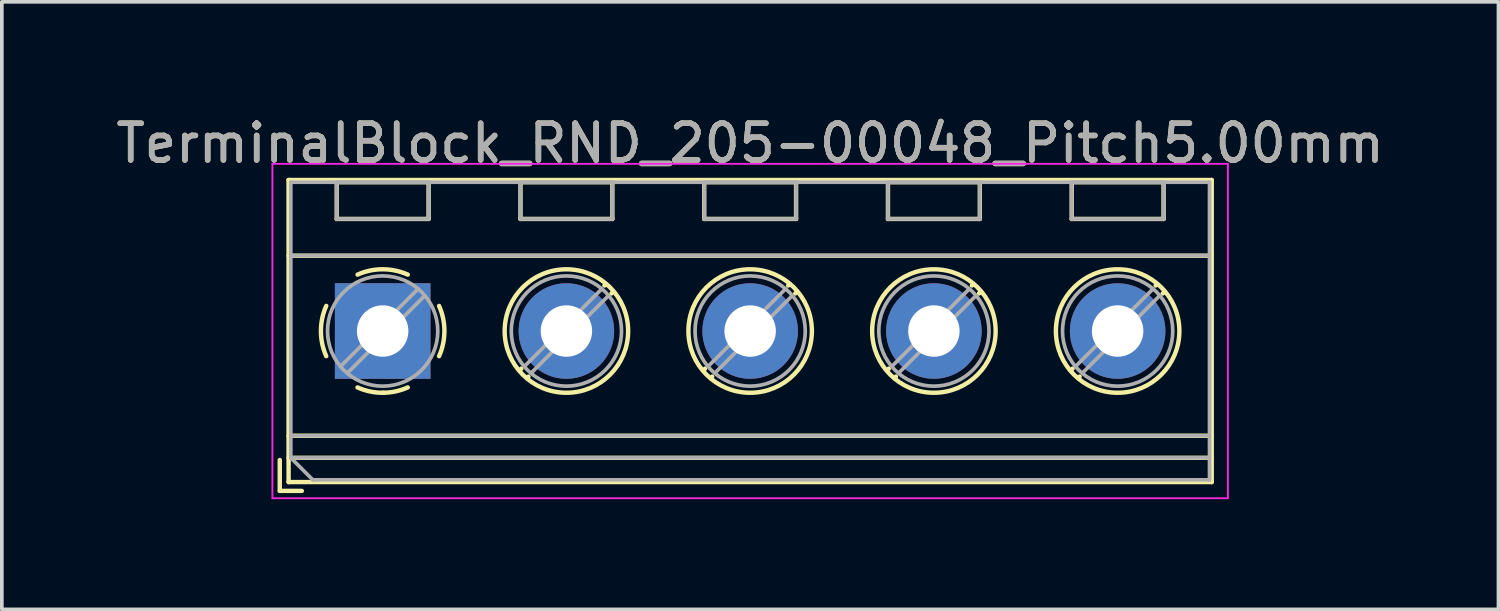
<source format=kicad_pcb>
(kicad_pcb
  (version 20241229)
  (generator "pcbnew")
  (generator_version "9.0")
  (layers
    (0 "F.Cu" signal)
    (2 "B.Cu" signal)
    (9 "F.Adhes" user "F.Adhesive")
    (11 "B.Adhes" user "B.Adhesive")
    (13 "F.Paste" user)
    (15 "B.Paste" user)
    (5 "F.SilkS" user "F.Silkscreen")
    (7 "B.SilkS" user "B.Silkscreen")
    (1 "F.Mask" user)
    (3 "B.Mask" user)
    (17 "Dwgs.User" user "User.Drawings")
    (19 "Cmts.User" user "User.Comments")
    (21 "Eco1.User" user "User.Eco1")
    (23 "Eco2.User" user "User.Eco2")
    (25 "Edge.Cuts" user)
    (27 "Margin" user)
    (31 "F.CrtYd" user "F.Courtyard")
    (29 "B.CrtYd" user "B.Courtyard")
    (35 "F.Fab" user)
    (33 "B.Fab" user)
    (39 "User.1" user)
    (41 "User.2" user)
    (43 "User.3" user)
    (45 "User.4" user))
  (footprint "TerminalBlock_RND_205-00048_Pitch5.00mm"
    (layer "F.Cu")
    (at 7.363 5.958)
    (property "Reference" "TerminalBlock_RND_205-00048_Pitch5.00mm" (at 10 -5.11 0) (layer "F.SilkS") (effects (font (size 1 1) (thickness 0.15))))
    (attr through_hole)
    (fp_line (start -2.8 3.51) (end -2.8 4.35) (stroke (width 0.12) (type solid)) (layer "F.SilkS"))
    (fp_line (start -2.8 4.35) (end -2.2 4.35) (stroke (width 0.12) (type solid)) (layer "F.SilkS"))
    (fp_line (start -2.56 -4.11) (end -2.56 4.11) (stroke (width 0.12) (type solid)) (layer "F.SilkS"))
    (fp_line (start -2.56 -2.05) (end 22.56 -2.05) (stroke (width 0.12) (type solid)) (layer "F.SilkS"))
    (fp_line (start -2.56 2.85) (end 22.56 2.85) (stroke (width 0.12) (type solid)) (layer "F.SilkS"))
    (fp_line (start -2.56 3.45) (end 22.56 3.45) (stroke (width 0.12) (type solid)) (layer "F.SilkS"))
    (fp_line (start -2.56 4.11) (end 22.56 4.11) (stroke (width 0.12) (type solid)) (layer "F.SilkS"))
    (fp_line (start -1.25 -4.05) (end -1.25 -3.05) (stroke (width 0.12) (type solid)) (layer "F.SilkS"))
    (fp_line (start -1.25 -4.05) (end 1.25 -4.05) (stroke (width 0.12) (type solid)) (layer "F.SilkS"))
    (fp_line (start -1.25 -3.05) (end 1.25 -3.05) (stroke (width 0.12) (type solid)) (layer "F.SilkS"))
    (fp_line (start 1.25 -4.05) (end 1.25 -3.05) (stroke (width 0.12) (type solid)) (layer "F.SilkS"))
    (fp_line (start 3.75 -4.05) (end 3.75 -3.05) (stroke (width 0.12) (type solid)) (layer "F.SilkS"))
    (fp_line (start 3.75 -4.05) (end 6.25 -4.05) (stroke (width 0.12) (type solid)) (layer "F.SilkS"))
    (fp_line (start 3.75 -3.05) (end 6.25 -3.05) (stroke (width 0.12) (type solid)) (layer "F.SilkS"))
    (fp_line (start 3.773 1.023) (end 3.726 1.069) (stroke (width 0.12) (type solid)) (layer "F.SilkS"))
    (fp_line (start 3.966 1.239) (end 3.931 1.274) (stroke (width 0.12) (type solid)) (layer "F.SilkS"))
    (fp_line (start 6.07 -1.275) (end 6.035 -1.239) (stroke (width 0.12) (type solid)) (layer "F.SilkS"))
    (fp_line (start 6.25 -4.05) (end 6.25 -3.05) (stroke (width 0.12) (type solid)) (layer "F.SilkS"))
    (fp_line (start 6.275 -1.069) (end 6.228 -1.023) (stroke (width 0.12) (type solid)) (layer "F.SilkS"))
    (fp_line (start 8.75 -4.05) (end 8.75 -3.05) (stroke (width 0.12) (type solid)) (layer "F.SilkS"))
    (fp_line (start 8.75 -4.05) (end 11.25 -4.05) (stroke (width 0.12) (type solid)) (layer "F.SilkS"))
    (fp_line (start 8.75 -3.05) (end 11.25 -3.05) (stroke (width 0.12) (type solid)) (layer "F.SilkS"))
    (fp_line (start 8.773 1.023) (end 8.726 1.069) (stroke (width 0.12) (type solid)) (layer "F.SilkS"))
    (fp_line (start 8.966 1.239) (end 8.931 1.274) (stroke (width 0.12) (type solid)) (layer "F.SilkS"))
    (fp_line (start 11.07 -1.275) (end 11.035 -1.239) (stroke (width 0.12) (type solid)) (layer "F.SilkS"))
    (fp_line (start 11.25 -4.05) (end 11.25 -3.05) (stroke (width 0.12) (type solid)) (layer "F.SilkS"))
    (fp_line (start 11.275 -1.069) (end 11.228 -1.023) (stroke (width 0.12) (type solid)) (layer "F.SilkS"))
    (fp_line (start 13.75 -4.05) (end 13.75 -3.05) (stroke (width 0.12) (type solid)) (layer "F.SilkS"))
    (fp_line (start 13.75 -4.05) (end 16.25 -4.05) (stroke (width 0.12) (type solid)) (layer "F.SilkS"))
    (fp_line (start 13.75 -3.05) (end 16.25 -3.05) (stroke (width 0.12) (type solid)) (layer "F.SilkS"))
    (fp_line (start 13.773 1.023) (end 13.726 1.069) (stroke (width 0.12) (type solid)) (layer "F.SilkS"))
    (fp_line (start 13.966 1.239) (end 13.931 1.274) (stroke (width 0.12) (type solid)) (layer "F.SilkS"))
    (fp_line (start 16.07 -1.275) (end 16.035 -1.239) (stroke (width 0.12) (type solid)) (layer "F.SilkS"))
    (fp_line (start 16.25 -4.05) (end 16.25 -3.05) (stroke (width 0.12) (type solid)) (layer "F.SilkS"))
    (fp_line (start 16.275 -1.069) (end 16.228 -1.023) (stroke (width 0.12) (type solid)) (layer "F.SilkS"))
    (fp_line (start 18.75 -4.05) (end 18.75 -3.05) (stroke (width 0.12) (type solid)) (layer "F.SilkS"))
    (fp_line (start 18.75 -4.05) (end 21.25 -4.05) (stroke (width 0.12) (type solid)) (layer "F.SilkS"))
    (fp_line (start 18.75 -3.05) (end 21.25 -3.05) (stroke (width 0.12) (type solid)) (layer "F.SilkS"))
    (fp_line (start 18.773 1.023) (end 18.726 1.069) (stroke (width 0.12) (type solid)) (layer "F.SilkS"))
    (fp_line (start 18.966 1.239) (end 18.931 1.274) (stroke (width 0.12) (type solid)) (layer "F.SilkS"))
    (fp_line (start 21.07 -1.275) (end 21.035 -1.239) (stroke (width 0.12) (type solid)) (layer "F.SilkS"))
    (fp_line (start 21.25 -4.05) (end 21.25 -3.05) (stroke (width 0.12) (type solid)) (layer "F.SilkS"))
    (fp_line (start 21.275 -1.069) (end 21.228 -1.023) (stroke (width 0.12) (type solid)) (layer "F.SilkS"))
    (fp_line (start 22.56 -4.11) (end -2.56 -4.11) (stroke (width 0.12) (type solid)) (layer "F.SilkS"))
    (fp_line (start 22.56 4.11) (end 22.56 -4.11) (stroke (width 0.12) (type solid)) (layer "F.SilkS"))
    (fp_arc (start -1.535427 0.683042) (mid -1.680501 -0.000524) (end -1.535 -0.684) (stroke (width 0.12) (type solid)) (layer "F.SilkS"))
    (fp_arc (start -0.683042 -1.535427) (mid 0.000524 -1.680501) (end 0.684 -1.535) (stroke (width 0.12) (type solid)) (layer "F.SilkS"))
    (fp_arc (start 0.028805 1.680253) (mid -0.335551 1.646659) (end -0.684 1.535) (stroke (width 0.12) (type solid)) (layer "F.SilkS"))
    (fp_arc (start 0.683318 1.534756) (mid 0.349292 1.643288) (end 0 1.68) (stroke (width 0.12) (type solid)) (layer "F.SilkS"))
    (fp_arc (start 1.535427 -0.683042) (mid 1.680501 0.000524) (end 1.535 0.684) (stroke (width 0.12) (type solid)) (layer "F.SilkS"))
    (fp_circle (center 5 0) (end 6.68 0) (stroke (width 0.12) (type solid)) (fill no) (layer "F.SilkS"))
    (fp_circle (center 10 0) (end 11.68 0) (stroke (width 0.12) (type solid)) (fill no) (layer "F.SilkS"))
    (fp_circle (center 15 0) (end 16.68 0) (stroke (width 0.12) (type solid)) (fill no) (layer "F.SilkS"))
    (fp_circle (center 20 0) (end 21.68 0) (stroke (width 0.12) (type solid)) (fill no) (layer "F.SilkS"))
    (fp_line (start -3 -4.55) (end -3 4.55) (stroke (width 0.05) (type solid)) (layer "F.CrtYd"))
    (fp_line (start -3 4.55) (end 23 4.55) (stroke (width 0.05) (type solid)) (layer "F.CrtYd"))
    (fp_line (start 23 -4.55) (end -3 -4.55) (stroke (width 0.05) (type solid)) (layer "F.CrtYd"))
    (fp_line (start 23 4.55) (end 23 -4.55) (stroke (width 0.05) (type solid)) (layer "F.CrtYd"))
    (fp_line (start -2.5 -4.05) (end 22.5 -4.05) (stroke (width 0.1) (type solid)) (layer "F.Fab"))
    (fp_line (start -2.5 -2.05) (end 22.5 -2.05) (stroke (width 0.1) (type solid)) (layer "F.Fab"))
    (fp_line (start -2.5 2.85) (end 22.5 2.85) (stroke (width 0.1) (type solid)) (layer "F.Fab"))
    (fp_line (start -2.5 3.45) (end -2.5 -4.05) (stroke (width 0.1) (type solid)) (layer "F.Fab"))
    (fp_line (start -2.5 3.45) (end 22.5 3.45) (stroke (width 0.1) (type solid)) (layer "F.Fab"))
    (fp_line (start -1.9 4.05) (end -2.5 3.45) (stroke (width 0.1) (type solid)) (layer "F.Fab"))
    (fp_line (start -1.25 -4.05) (end -1.25 -3.05) (stroke (width 0.1) (type solid)) (layer "F.Fab"))
    (fp_line (start -1.25 -3.05) (end 1.25 -3.05) (stroke (width 0.1) (type solid)) (layer "F.Fab"))
    (fp_line (start 0.955 -1.138) (end -1.138 0.955) (stroke (width 0.1) (type solid)) (layer "F.Fab"))
    (fp_line (start 1.138 -0.955) (end -0.955 1.138) (stroke (width 0.1) (type solid)) (layer "F.Fab"))
    (fp_line (start 1.25 -4.05) (end -1.25 -4.05) (stroke (width 0.1) (type solid)) (layer "F.Fab"))
    (fp_line (start 1.25 -3.05) (end 1.25 -4.05) (stroke (width 0.1) (type solid)) (layer "F.Fab"))
    (fp_line (start 3.75 -4.05) (end 3.75 -3.05) (stroke (width 0.1) (type solid)) (layer "F.Fab"))
    (fp_line (start 3.75 -3.05) (end 6.25 -3.05) (stroke (width 0.1) (type solid)) (layer "F.Fab"))
    (fp_line (start 5.955 -1.138) (end 3.863 0.955) (stroke (width 0.1) (type solid)) (layer "F.Fab"))
    (fp_line (start 6.138 -0.955) (end 4.046 1.138) (stroke (width 0.1) (type solid)) (layer "F.Fab"))
    (fp_line (start 6.25 -4.05) (end 3.75 -4.05) (stroke (width 0.1) (type solid)) (layer "F.Fab"))
    (fp_line (start 6.25 -3.05) (end 6.25 -4.05) (stroke (width 0.1) (type solid)) (layer "F.Fab"))
    (fp_line (start 8.75 -4.05) (end 8.75 -3.05) (stroke (width 0.1) (type solid)) (layer "F.Fab"))
    (fp_line (start 8.75 -3.05) (end 11.25 -3.05) (stroke (width 0.1) (type solid)) (layer "F.Fab"))
    (fp_line (start 10.955 -1.138) (end 8.863 0.955) (stroke (width 0.1) (type solid)) (layer "F.Fab"))
    (fp_line (start 11.138 -0.955) (end 9.046 1.138) (stroke (width 0.1) (type solid)) (layer "F.Fab"))
    (fp_line (start 11.25 -4.05) (end 8.75 -4.05) (stroke (width 0.1) (type solid)) (layer "F.Fab"))
    (fp_line (start 11.25 -3.05) (end 11.25 -4.05) (stroke (width 0.1) (type solid)) (layer "F.Fab"))
    (fp_line (start 13.75 -4.05) (end 13.75 -3.05) (stroke (width 0.1) (type solid)) (layer "F.Fab"))
    (fp_line (start 13.75 -3.05) (end 16.25 -3.05) (stroke (width 0.1) (type solid)) (layer "F.Fab"))
    (fp_line (start 15.955 -1.138) (end 13.863 0.955) (stroke (width 0.1) (type solid)) (layer "F.Fab"))
    (fp_line (start 16.138 -0.955) (end 14.046 1.138) (stroke (width 0.1) (type solid)) (layer "F.Fab"))
    (fp_line (start 16.25 -4.05) (end 13.75 -4.05) (stroke (width 0.1) (type solid)) (layer "F.Fab"))
    (fp_line (start 16.25 -3.05) (end 16.25 -4.05) (stroke (width 0.1) (type solid)) (layer "F.Fab"))
    (fp_line (start 18.75 -4.05) (end 18.75 -3.05) (stroke (width 0.1) (type solid)) (layer "F.Fab"))
    (fp_line (start 18.75 -3.05) (end 21.25 -3.05) (stroke (width 0.1) (type solid)) (layer "F.Fab"))
    (fp_line (start 20.955 -1.138) (end 18.863 0.955) (stroke (width 0.1) (type solid)) (layer "F.Fab"))
    (fp_line (start 21.138 -0.955) (end 19.046 1.138) (stroke (width 0.1) (type solid)) (layer "F.Fab"))
    (fp_line (start 21.25 -4.05) (end 18.75 -4.05) (stroke (width 0.1) (type solid)) (layer "F.Fab"))
    (fp_line (start 21.25 -3.05) (end 21.25 -4.05) (stroke (width 0.1) (type solid)) (layer "F.Fab"))
    (fp_line (start 22.5 -4.05) (end 22.5 4.05) (stroke (width 0.1) (type solid)) (layer "F.Fab"))
    (fp_line (start 22.5 4.05) (end -1.9 4.05) (stroke (width 0.1) (type solid)) (layer "F.Fab"))
    (fp_circle (center 0 0) (end 1.5 0) (stroke (width 0.1) (type solid)) (fill no) (layer "F.Fab"))
    (fp_circle (center 5 0) (end 6.5 0) (stroke (width 0.1) (type solid)) (fill no) (layer "F.Fab"))
    (fp_circle (center 10 0) (end 11.5 0) (stroke (width 0.1) (type solid)) (fill no) (layer "F.Fab"))
    (fp_circle (center 15 0) (end 16.5 0) (stroke (width 0.1) (type solid)) (fill no) (layer "F.Fab"))
    (fp_circle (center 20 0) (end 21.5 0) (stroke (width 0.1) (type solid)) (fill no) (layer "F.Fab"))
    (fp_text user "${REFERENCE}" (at 10 -5.11 0) (layer "F.Fab") (effects (font (size 1 1) (thickness 0.15))))
    (pad "1" thru_hole rect (at 0 0) (size 2.6 2.6) (drill 1.4) (layers "*.Cu" "*.Mask"))
    (pad "2" thru_hole circle (at 5 0) (size 2.6 2.6) (drill 1.4) (layers "*.Cu" "*.Mask"))
    (pad "3" thru_hole circle (at 10 0) (size 2.6 2.6) (drill 1.4) (layers "*.Cu" "*.Mask"))
    (pad "4" thru_hole circle (at 15 0) (size 2.6 2.6) (drill 1.4) (layers "*.Cu" "*.Mask"))
    (pad "5" thru_hole circle (at 20 0) (size 2.6 2.6) (drill 1.4) (layers "*.Cu" "*.Mask")))
  (gr_rect
    (start -3 -3)
    (end 37.726 13.533)
    (stroke (width 0.1) (type default))
    (fill no)
    (layer "Edge.Cuts")))
</source>
